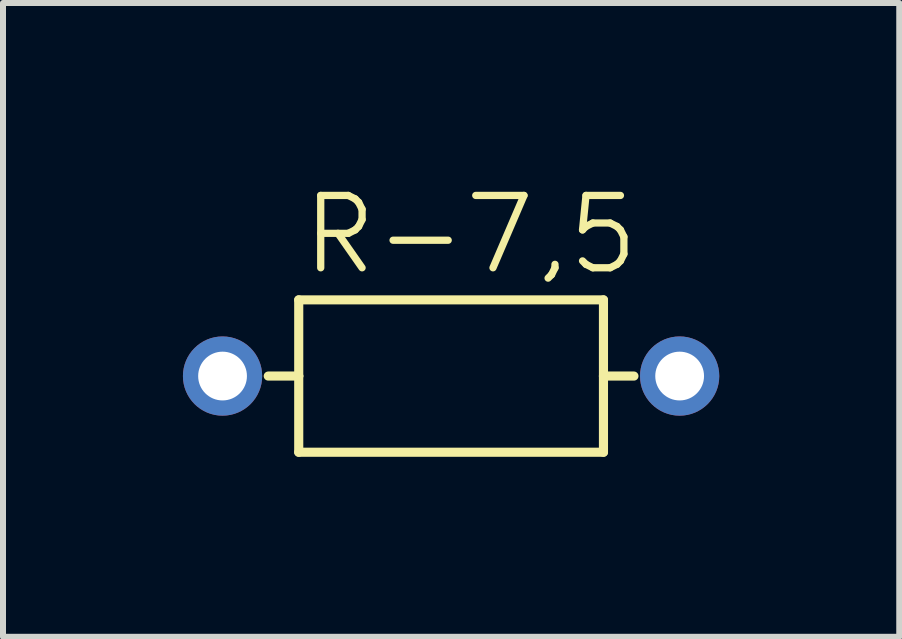
<source format=kicad_pcb>
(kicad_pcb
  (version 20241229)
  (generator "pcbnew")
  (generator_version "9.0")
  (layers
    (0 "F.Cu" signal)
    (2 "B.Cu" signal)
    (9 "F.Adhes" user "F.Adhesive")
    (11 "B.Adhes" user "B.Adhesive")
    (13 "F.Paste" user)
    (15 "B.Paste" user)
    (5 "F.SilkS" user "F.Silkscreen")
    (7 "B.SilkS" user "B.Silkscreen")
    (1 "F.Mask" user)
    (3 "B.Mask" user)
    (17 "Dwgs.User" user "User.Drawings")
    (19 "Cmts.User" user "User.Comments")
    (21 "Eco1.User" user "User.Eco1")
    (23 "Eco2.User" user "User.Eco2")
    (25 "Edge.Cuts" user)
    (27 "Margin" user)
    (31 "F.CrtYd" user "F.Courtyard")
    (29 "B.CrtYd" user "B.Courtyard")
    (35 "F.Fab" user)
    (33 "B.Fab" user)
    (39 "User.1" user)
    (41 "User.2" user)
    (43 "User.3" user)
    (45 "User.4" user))
  (footprint "R-7,5"
    (layer "F.Cu")
    (at 4.47 3.219)
    (property "Reference" "R-7,5" (at -2.54 -1.651 180) (layer "F.SilkS") (effects (font (size 1.206 1.206) (thickness 0.121)) (justify left bottom)))
    (attr through_hole)
    (fp_line (start -2.54 -1.27) (end -2.54 0) (stroke (width 0.152) (type solid)) (layer "F.SilkS"))
    (fp_line (start -2.54 0) (end -3.048 0) (stroke (width 0.152) (type solid)) (layer "F.SilkS"))
    (fp_line (start -2.54 0) (end -2.54 1.27) (stroke (width 0.152) (type solid)) (layer "F.SilkS"))
    (fp_line (start -2.54 1.27) (end 2.54 1.27) (stroke (width 0.152) (type solid)) (layer "F.SilkS"))
    (fp_line (start 2.54 -1.27) (end -2.54 -1.27) (stroke (width 0.152) (type solid)) (layer "F.SilkS"))
    (fp_line (start 2.54 0) (end 2.54 -1.27) (stroke (width 0.152) (type solid)) (layer "F.SilkS"))
    (fp_line (start 2.54 0) (end 3.048 0) (stroke (width 0.152) (type solid)) (layer "F.SilkS"))
    (fp_line (start 2.54 1.27) (end 2.54 0) (stroke (width 0.152) (type solid)) (layer "F.SilkS"))
    (pad "1" thru_hole circle (at -3.81 0) (size 1.321 1.321) (drill 0.813) (layers "*.Cu" "*.Mask"))
    (pad "2" thru_hole circle (at 3.81 0) (size 1.321 1.321) (drill 0.813) (layers "*.Cu" "*.Mask")))
  (gr_rect
    (start -3 -3)
    (end 11.941 7.566)
    (stroke (width 0.1) (type default))
    (fill no)
    (layer "Edge.Cuts")))
</source>
